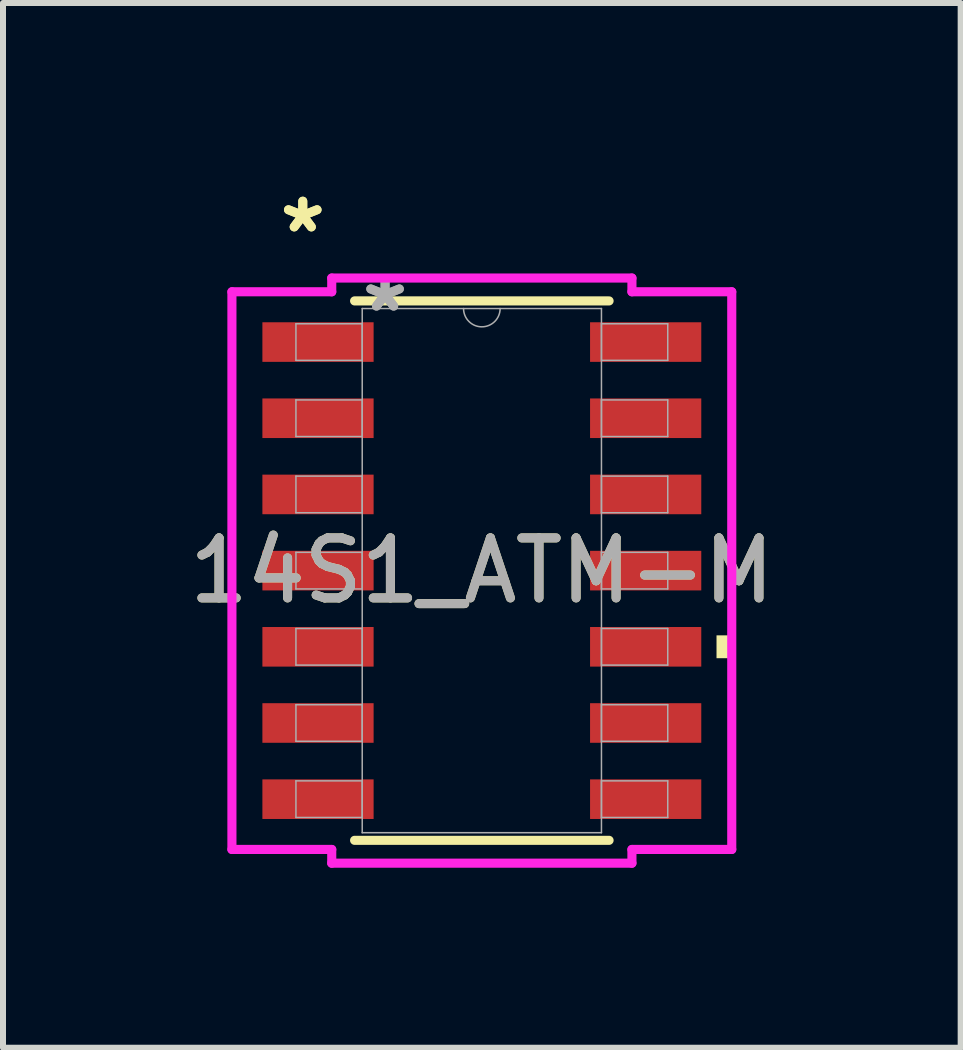
<source format=kicad_pcb>
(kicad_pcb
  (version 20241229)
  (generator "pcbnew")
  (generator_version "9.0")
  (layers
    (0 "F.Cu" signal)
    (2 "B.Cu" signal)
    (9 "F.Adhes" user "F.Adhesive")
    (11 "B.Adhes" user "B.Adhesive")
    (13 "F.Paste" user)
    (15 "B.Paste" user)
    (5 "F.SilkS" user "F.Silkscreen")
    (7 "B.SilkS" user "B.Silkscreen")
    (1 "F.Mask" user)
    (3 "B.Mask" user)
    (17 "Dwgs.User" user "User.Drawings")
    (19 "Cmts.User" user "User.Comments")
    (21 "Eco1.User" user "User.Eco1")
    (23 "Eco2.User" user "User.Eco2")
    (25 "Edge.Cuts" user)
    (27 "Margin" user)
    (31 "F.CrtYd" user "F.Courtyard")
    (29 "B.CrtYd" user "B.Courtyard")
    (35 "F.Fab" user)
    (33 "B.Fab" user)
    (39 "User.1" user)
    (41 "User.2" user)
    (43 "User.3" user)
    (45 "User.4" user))
  (footprint "14S1_ATM-M"
    (layer "F.Cu")
    (at 4.982 6.462)
    (property "Reference" "14S1_ATM-M" (at 0 0 0) (unlocked yes) (layer "F.SilkS") (effects (font (size 1 1) (thickness 0.15))))
    (attr smd)
    (fp_line (start -2.121 4.496) (end 2.121 4.496) (stroke (width 0.152) (type solid)) (layer "F.SilkS"))
    (fp_line (start 2.121 -4.496) (end -2.121 -4.496) (stroke (width 0.152) (type solid)) (layer "F.SilkS"))
    (fp_poly (pts (xy 4.166 1.079) (xy 4.166 1.46) (xy 3.912 1.46) (xy 3.912 1.079)) (stroke (width 0) (type solid)) (fill yes) (layer "F.SilkS"))
    (fp_line (start -4.166 -4.648) (end -2.502 -4.648) (stroke (width 0.152) (type solid)) (layer "F.CrtYd"))
    (fp_line (start -4.166 4.648) (end -4.166 -4.648) (stroke (width 0.152) (type solid)) (layer "F.CrtYd"))
    (fp_line (start -4.166 4.648) (end -2.502 4.648) (stroke (width 0.152) (type solid)) (layer "F.CrtYd"))
    (fp_line (start -2.502 -4.877) (end 2.502 -4.877) (stroke (width 0.152) (type solid)) (layer "F.CrtYd"))
    (fp_line (start -2.502 -4.648) (end -2.502 -4.877) (stroke (width 0.152) (type solid)) (layer "F.CrtYd"))
    (fp_line (start -2.502 4.877) (end -2.502 4.648) (stroke (width 0.152) (type solid)) (layer "F.CrtYd"))
    (fp_line (start 2.502 -4.877) (end 2.502 -4.648) (stroke (width 0.152) (type solid)) (layer "F.CrtYd"))
    (fp_line (start 2.502 4.648) (end 2.502 4.877) (stroke (width 0.152) (type solid)) (layer "F.CrtYd"))
    (fp_line (start 2.502 4.877) (end -2.502 4.877) (stroke (width 0.152) (type solid)) (layer "F.CrtYd"))
    (fp_line (start 4.166 -4.648) (end 2.502 -4.648) (stroke (width 0.152) (type solid)) (layer "F.CrtYd"))
    (fp_line (start 4.166 -4.648) (end 4.166 4.648) (stroke (width 0.152) (type solid)) (layer "F.CrtYd"))
    (fp_line (start 4.166 4.648) (end 2.502 4.648) (stroke (width 0.152) (type solid)) (layer "F.CrtYd"))
    (fp_line (start -3.099 -4.115) (end -3.099 -3.505) (stroke (width 0.025) (type solid)) (layer "F.Fab"))
    (fp_line (start -3.099 -3.505) (end -1.994 -3.505) (stroke (width 0.025) (type solid)) (layer "F.Fab"))
    (fp_line (start -3.099 -2.845) (end -3.099 -2.235) (stroke (width 0.025) (type solid)) (layer "F.Fab"))
    (fp_line (start -3.099 -2.235) (end -1.994 -2.235) (stroke (width 0.025) (type solid)) (layer "F.Fab"))
    (fp_line (start -3.099 -1.575) (end -3.099 -0.965) (stroke (width 0.025) (type solid)) (layer "F.Fab"))
    (fp_line (start -3.099 -0.965) (end -1.994 -0.965) (stroke (width 0.025) (type solid)) (layer "F.Fab"))
    (fp_line (start -3.099 -0.305) (end -3.099 0.305) (stroke (width 0.025) (type solid)) (layer "F.Fab"))
    (fp_line (start -3.099 0.305) (end -1.994 0.305) (stroke (width 0.025) (type solid)) (layer "F.Fab"))
    (fp_line (start -3.099 0.965) (end -3.099 1.575) (stroke (width 0.025) (type solid)) (layer "F.Fab"))
    (fp_line (start -3.099 1.575) (end -1.994 1.575) (stroke (width 0.025) (type solid)) (layer "F.Fab"))
    (fp_line (start -3.099 2.235) (end -3.099 2.845) (stroke (width 0.025) (type solid)) (layer "F.Fab"))
    (fp_line (start -3.099 2.845) (end -1.994 2.845) (stroke (width 0.025) (type solid)) (layer "F.Fab"))
    (fp_line (start -3.099 3.505) (end -3.099 4.115) (stroke (width 0.025) (type solid)) (layer "F.Fab"))
    (fp_line (start -3.099 4.115) (end -1.994 4.115) (stroke (width 0.025) (type solid)) (layer "F.Fab"))
    (fp_line (start -1.994 -4.369) (end -1.994 4.369) (stroke (width 0.025) (type solid)) (layer "F.Fab"))
    (fp_line (start -1.994 -4.115) (end -3.099 -4.115) (stroke (width 0.025) (type solid)) (layer "F.Fab"))
    (fp_line (start -1.994 -3.505) (end -1.994 -4.115) (stroke (width 0.025) (type solid)) (layer "F.Fab"))
    (fp_line (start -1.994 -2.845) (end -3.099 -2.845) (stroke (width 0.025) (type solid)) (layer "F.Fab"))
    (fp_line (start -1.994 -2.235) (end -1.994 -2.845) (stroke (width 0.025) (type solid)) (layer "F.Fab"))
    (fp_line (start -1.994 -1.575) (end -3.099 -1.575) (stroke (width 0.025) (type solid)) (layer "F.Fab"))
    (fp_line (start -1.994 -0.965) (end -1.994 -1.575) (stroke (width 0.025) (type solid)) (layer "F.Fab"))
    (fp_line (start -1.994 -0.305) (end -3.099 -0.305) (stroke (width 0.025) (type solid)) (layer "F.Fab"))
    (fp_line (start -1.994 0.305) (end -1.994 -0.305) (stroke (width 0.025) (type solid)) (layer "F.Fab"))
    (fp_line (start -1.994 0.965) (end -3.099 0.965) (stroke (width 0.025) (type solid)) (layer "F.Fab"))
    (fp_line (start -1.994 1.575) (end -1.994 0.965) (stroke (width 0.025) (type solid)) (layer "F.Fab"))
    (fp_line (start -1.994 2.235) (end -3.099 2.235) (stroke (width 0.025) (type solid)) (layer "F.Fab"))
    (fp_line (start -1.994 2.845) (end -1.994 2.235) (stroke (width 0.025) (type solid)) (layer "F.Fab"))
    (fp_line (start -1.994 3.505) (end -3.099 3.505) (stroke (width 0.025) (type solid)) (layer "F.Fab"))
    (fp_line (start -1.994 4.115) (end -1.994 3.505) (stroke (width 0.025) (type solid)) (layer "F.Fab"))
    (fp_line (start -1.994 4.369) (end 1.994 4.369) (stroke (width 0.025) (type solid)) (layer "F.Fab"))
    (fp_line (start 1.994 -4.369) (end -1.994 -4.369) (stroke (width 0.025) (type solid)) (layer "F.Fab"))
    (fp_line (start 1.994 -4.115) (end 1.994 -3.505) (stroke (width 0.025) (type solid)) (layer "F.Fab"))
    (fp_line (start 1.994 -3.505) (end 3.099 -3.505) (stroke (width 0.025) (type solid)) (layer "F.Fab"))
    (fp_line (start 1.994 -2.845) (end 1.994 -2.235) (stroke (width 0.025) (type solid)) (layer "F.Fab"))
    (fp_line (start 1.994 -2.235) (end 3.099 -2.235) (stroke (width 0.025) (type solid)) (layer "F.Fab"))
    (fp_line (start 1.994 -1.575) (end 1.994 -0.965) (stroke (width 0.025) (type solid)) (layer "F.Fab"))
    (fp_line (start 1.994 -0.965) (end 3.099 -0.965) (stroke (width 0.025) (type solid)) (layer "F.Fab"))
    (fp_line (start 1.994 -0.305) (end 1.994 0.305) (stroke (width 0.025) (type solid)) (layer "F.Fab"))
    (fp_line (start 1.994 0.305) (end 3.099 0.305) (stroke (width 0.025) (type solid)) (layer "F.Fab"))
    (fp_line (start 1.994 0.965) (end 1.994 1.575) (stroke (width 0.025) (type solid)) (layer "F.Fab"))
    (fp_line (start 1.994 1.575) (end 3.099 1.575) (stroke (width 0.025) (type solid)) (layer "F.Fab"))
    (fp_line (start 1.994 2.235) (end 1.994 2.845) (stroke (width 0.025) (type solid)) (layer "F.Fab"))
    (fp_line (start 1.994 2.845) (end 3.099 2.845) (stroke (width 0.025) (type solid)) (layer "F.Fab"))
    (fp_line (start 1.994 3.505) (end 1.994 4.115) (stroke (width 0.025) (type solid)) (layer "F.Fab"))
    (fp_line (start 1.994 4.115) (end 3.099 4.115) (stroke (width 0.025) (type solid)) (layer "F.Fab"))
    (fp_line (start 1.994 4.369) (end 1.994 -4.369) (stroke (width 0.025) (type solid)) (layer "F.Fab"))
    (fp_line (start 3.099 -4.115) (end 1.994 -4.115) (stroke (width 0.025) (type solid)) (layer "F.Fab"))
    (fp_line (start 3.099 -3.505) (end 3.099 -4.115) (stroke (width 0.025) (type solid)) (layer "F.Fab"))
    (fp_line (start 3.099 -2.845) (end 1.994 -2.845) (stroke (width 0.025) (type solid)) (layer "F.Fab"))
    (fp_line (start 3.099 -2.235) (end 3.099 -2.845) (stroke (width 0.025) (type solid)) (layer "F.Fab"))
    (fp_line (start 3.099 -1.575) (end 1.994 -1.575) (stroke (width 0.025) (type solid)) (layer "F.Fab"))
    (fp_line (start 3.099 -0.965) (end 3.099 -1.575) (stroke (width 0.025) (type solid)) (layer "F.Fab"))
    (fp_line (start 3.099 -0.305) (end 1.994 -0.305) (stroke (width 0.025) (type solid)) (layer "F.Fab"))
    (fp_line (start 3.099 0.305) (end 3.099 -0.305) (stroke (width 0.025) (type solid)) (layer "F.Fab"))
    (fp_line (start 3.099 0.965) (end 1.994 0.965) (stroke (width 0.025) (type solid)) (layer "F.Fab"))
    (fp_line (start 3.099 1.575) (end 3.099 0.965) (stroke (width 0.025) (type solid)) (layer "F.Fab"))
    (fp_line (start 3.099 2.235) (end 1.994 2.235) (stroke (width 0.025) (type solid)) (layer "F.Fab"))
    (fp_line (start 3.099 2.845) (end 3.099 2.235) (stroke (width 0.025) (type solid)) (layer "F.Fab"))
    (fp_line (start 3.099 3.505) (end 1.994 3.505) (stroke (width 0.025) (type solid)) (layer "F.Fab"))
    (fp_line (start 3.099 4.115) (end 3.099 3.505) (stroke (width 0.025) (type solid)) (layer "F.Fab"))
    (fp_arc (start 0.3048 -4.3688) (mid 0 -4.064) (end -0.3048 -4.3688) (stroke (width 0.0254) (type solid)) (layer "F.Fab"))
    (fp_text user "*" (at -2.985 -5.613 0) (unlocked yes) (layer "F.SilkS") (effects (font (size 1 1) (thickness 0.15))))
    (fp_text user "*" (at -2.985 -5.613 0) (layer "F.SilkS") (effects (font (size 1 1) (thickness 0.15))))
    (fp_text user "*" (at -1.613 -4.293 0) (layer "F.Fab") (effects (font (size 1 1) (thickness 0.15))))
    (fp_text user "*" (at -1.613 -4.293 0) (unlocked yes) (layer "F.Fab") (effects (font (size 1 1) (thickness 0.15))))
    (fp_text user "${REFERENCE}" (at 0 0 0) (unlocked yes) (layer "F.Fab") (effects (font (size 1 1) (thickness 0.15))))
    (pad "1" smd rect (at -2.731 -3.81) (size 1.854 0.66) (layers "F.Cu" "F.Mask" "F.Paste"))
    (pad "2" smd rect (at -2.731 -2.54) (size 1.854 0.66) (layers "F.Cu" "F.Mask" "F.Paste"))
    (pad "3" smd rect (at -2.731 -1.27) (size 1.854 0.66) (layers "F.Cu" "F.Mask" "F.Paste"))
    (pad "4" smd rect (at -2.731 0) (size 1.854 0.66) (layers "F.Cu" "F.Mask" "F.Paste"))
    (pad "5" smd rect (at -2.731 1.27) (size 1.854 0.66) (layers "F.Cu" "F.Mask" "F.Paste"))
    (pad "6" smd rect (at -2.731 2.54) (size 1.854 0.66) (layers "F.Cu" "F.Mask" "F.Paste"))
    (pad "7" smd rect (at -2.731 3.81) (size 1.854 0.66) (layers "F.Cu" "F.Mask" "F.Paste"))
    (pad "8" smd rect (at 2.731 3.81) (size 1.854 0.66) (layers "F.Cu" "F.Mask" "F.Paste"))
    (pad "9" smd rect (at 2.731 2.54) (size 1.854 0.66) (layers "F.Cu" "F.Mask" "F.Paste"))
    (pad "10" smd rect (at 2.731 1.27) (size 1.854 0.66) (layers "F.Cu" "F.Mask" "F.Paste"))
    (pad "11" smd rect (at 2.731 0) (size 1.854 0.66) (layers "F.Cu" "F.Mask" "F.Paste"))
    (pad "12" smd rect (at 2.731 -1.27) (size 1.854 0.66) (layers "F.Cu" "F.Mask" "F.Paste"))
    (pad "13" smd rect (at 2.731 -2.54) (size 1.854 0.66) (layers "F.Cu" "F.Mask" "F.Paste"))
    (pad "14" smd rect (at 2.731 -3.81) (size 1.854 0.66) (layers "F.Cu" "F.Mask" "F.Paste")))
  (gr_rect
    (start -3 -3)
    (end 12.964 14.415)
    (stroke (width 0.1) (type default))
    (fill no)
    (layer "Edge.Cuts")))
</source>
